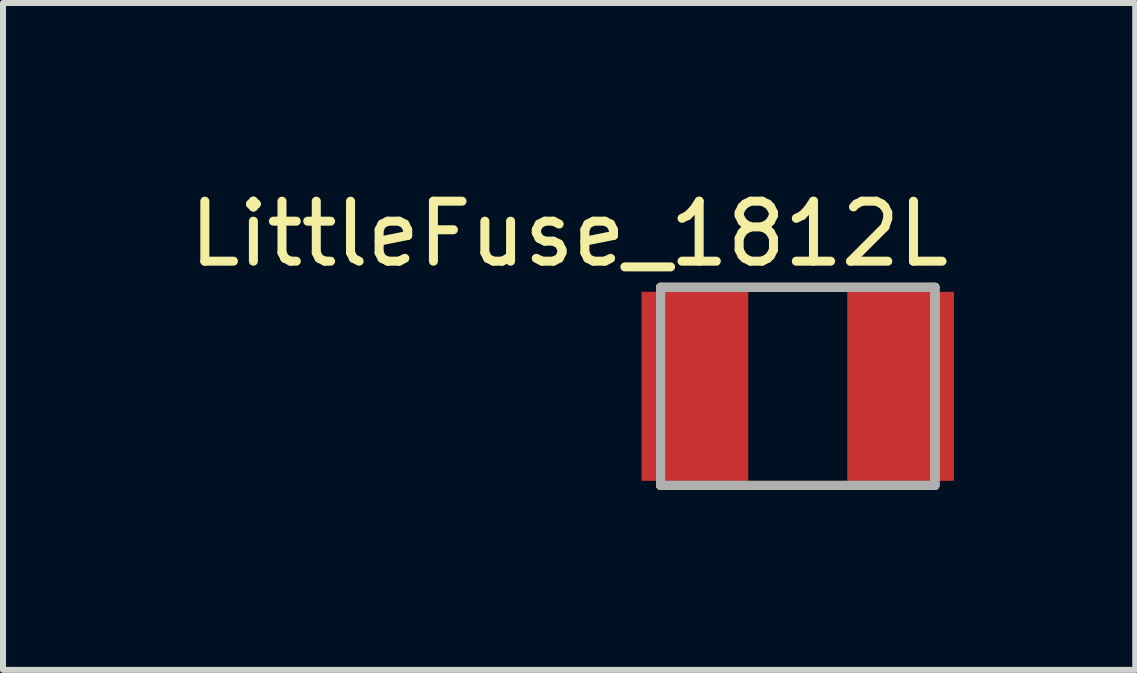
<source format=kicad_pcb>
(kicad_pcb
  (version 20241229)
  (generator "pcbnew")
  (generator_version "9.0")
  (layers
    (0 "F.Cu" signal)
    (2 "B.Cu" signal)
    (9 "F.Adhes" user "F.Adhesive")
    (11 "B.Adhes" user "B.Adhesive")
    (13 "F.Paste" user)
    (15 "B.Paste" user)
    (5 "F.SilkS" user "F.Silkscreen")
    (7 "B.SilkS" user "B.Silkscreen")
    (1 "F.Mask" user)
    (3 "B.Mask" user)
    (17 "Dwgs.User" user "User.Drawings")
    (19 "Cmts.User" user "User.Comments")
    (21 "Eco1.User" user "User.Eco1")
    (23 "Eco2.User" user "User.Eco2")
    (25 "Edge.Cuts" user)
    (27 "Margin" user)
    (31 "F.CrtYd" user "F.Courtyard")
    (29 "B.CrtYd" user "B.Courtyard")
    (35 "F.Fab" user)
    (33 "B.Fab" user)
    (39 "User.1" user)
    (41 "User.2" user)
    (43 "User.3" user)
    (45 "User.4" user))
  (footprint "LittleFuse_1812L"
    (layer "F.Cu")
    (at 10.245 3.388)
    (property "Reference" "LittleFuse_1812L" (at -3.81 -2.54 0) (layer "F.SilkS") (effects (font (size 1 1) (thickness 0.15))))
    (attr through_hole)
    (fp_line (start -2.286 -1.651) (end -2.286 1.651) (stroke (width 0.15) (type solid)) (layer "F.SilkS"))
    (fp_line (start -2.286 1.651) (end 2.286 1.651) (stroke (width 0.15) (type solid)) (layer "F.SilkS"))
    (fp_line (start 2.286 -1.651) (end -2.286 -1.651) (stroke (width 0.15) (type solid)) (layer "F.SilkS"))
    (fp_line (start 2.286 1.651) (end 2.286 -1.651) (stroke (width 0.15) (type solid)) (layer "F.SilkS"))
    (fp_line (start -2.286 -1.651) (end -2.286 1.651) (stroke (width 0.15) (type solid)) (layer "F.Fab"))
    (fp_line (start -2.286 1.651) (end 2.286 1.651) (stroke (width 0.15) (type solid)) (layer "F.Fab"))
    (fp_line (start 2.286 -1.651) (end -2.286 -1.651) (stroke (width 0.15) (type solid)) (layer "F.Fab"))
    (fp_line (start 2.286 1.651) (end 2.286 -1.651) (stroke (width 0.15) (type solid)) (layer "F.Fab"))
    (pad "1" smd rect (at -1.714 0 180) (size 1.778 3.15) (layers "F.Cu" "F.Mask" "F.Paste"))
    (pad "2" smd rect (at 1.714 0) (size 1.778 3.15) (layers "F.Cu" "F.Mask" "F.Paste")))
  (gr_rect
    (start -3 -3)
    (end 15.869 8.114)
    (stroke (width 0.1) (type default))
    (fill no)
    (layer "Edge.Cuts")))
</source>
